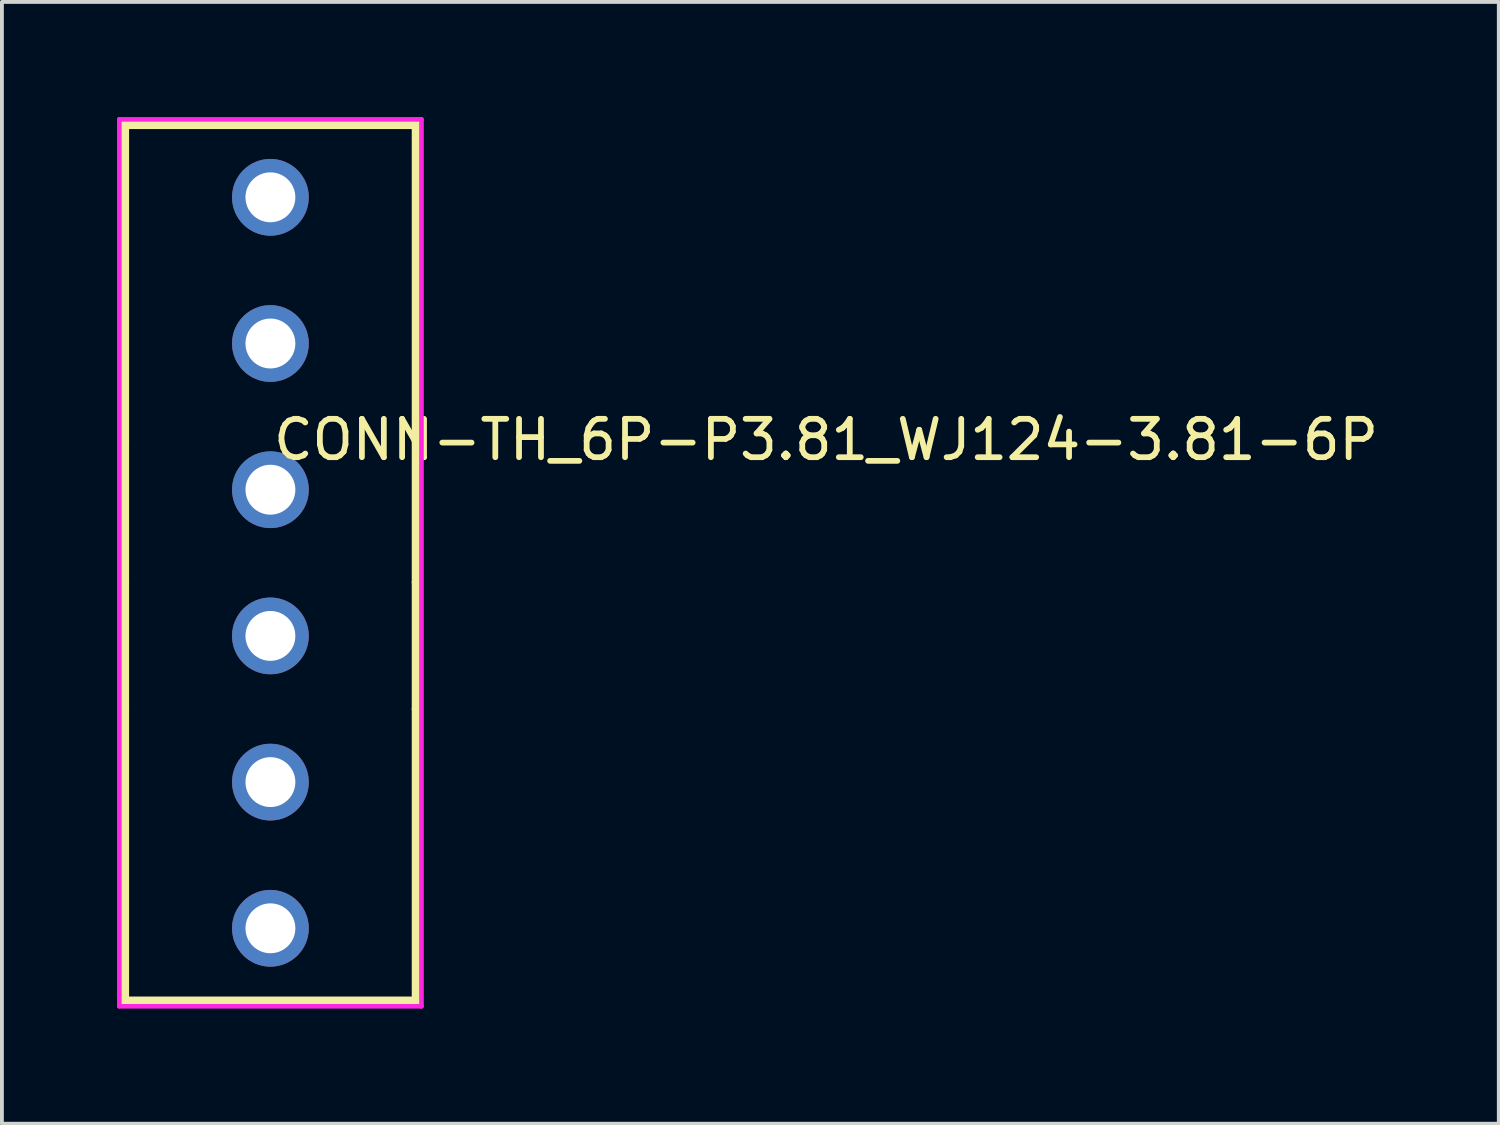
<source format=kicad_pcb>
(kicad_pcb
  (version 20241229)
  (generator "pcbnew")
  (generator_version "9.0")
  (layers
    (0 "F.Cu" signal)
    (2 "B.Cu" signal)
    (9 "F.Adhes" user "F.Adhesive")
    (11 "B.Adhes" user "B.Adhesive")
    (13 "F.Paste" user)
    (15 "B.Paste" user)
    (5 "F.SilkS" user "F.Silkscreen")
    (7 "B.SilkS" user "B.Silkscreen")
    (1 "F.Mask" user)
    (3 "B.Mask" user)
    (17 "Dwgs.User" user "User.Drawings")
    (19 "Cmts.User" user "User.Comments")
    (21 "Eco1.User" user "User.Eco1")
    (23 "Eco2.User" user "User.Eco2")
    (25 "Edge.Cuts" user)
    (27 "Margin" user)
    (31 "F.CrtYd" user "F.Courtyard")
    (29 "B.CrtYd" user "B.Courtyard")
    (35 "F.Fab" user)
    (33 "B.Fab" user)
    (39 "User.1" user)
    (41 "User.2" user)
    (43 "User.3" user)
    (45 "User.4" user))
  (footprint "CONN-TH_6P-P3.81_WJ124-3.81-6P"
    (layer "F.Cu")
    (at 3.997 11.617)
    (property "Reference" "CONN-TH_6P-P3.81_WJ124-3.81-6P" (at 0 -3.207 0) (layer "F.SilkS") (effects (font (size 1 1) (thickness 0.15)) (justify left)))
    (attr through_hole)
    (fp_line (start -3.81 -11.43) (end 3.81 -11.43) (stroke (width 0.254) (type solid)) (layer "F.SilkS"))
    (fp_line (start -3.81 -3.175) (end -3.81 -11.43) (stroke (width 0.254) (type solid)) (layer "F.SilkS"))
    (fp_line (start -3.81 0.508) (end -3.81 -3.175) (stroke (width 0.254) (type solid)) (layer "F.SilkS"))
    (fp_line (start -3.81 3.81) (end -3.81 0.508) (stroke (width 0.254) (type solid)) (layer "F.SilkS"))
    (fp_line (start -3.81 11.43) (end -3.81 3.81) (stroke (width 0.254) (type solid)) (layer "F.SilkS"))
    (fp_line (start 3.81 -11.43) (end 3.81 -3.175) (stroke (width 0.254) (type solid)) (layer "F.SilkS"))
    (fp_line (start 3.81 -3.175) (end 3.81 0.508) (stroke (width 0.254) (type solid)) (layer "F.SilkS"))
    (fp_line (start 3.81 0.508) (end 3.81 3.81) (stroke (width 0.254) (type solid)) (layer "F.SilkS"))
    (fp_line (start 3.81 3.81) (end 3.81 11.43) (stroke (width 0.254) (type solid)) (layer "F.SilkS"))
    (fp_line (start 3.81 11.43) (end -3.81 11.43) (stroke (width 0.254) (type solid)) (layer "F.SilkS"))
    (fp_circle (center -3.937 -11.557) (end -3.907 -11.557) (stroke (width 0.06) (type solid)) (fill no) (layer "Eco2.User"))
    (fp_circle (center 0 -9.525) (end 0.275 -9.525) (stroke (width 0.55) (type solid)) (fill no) (layer "Eco2.User"))
    (fp_circle (center 0 -5.715) (end 0.275 -5.715) (stroke (width 0.55) (type solid)) (fill no) (layer "Eco2.User"))
    (fp_circle (center 0 -1.905) (end 0.275 -1.905) (stroke (width 0.55) (type solid)) (fill no) (layer "Eco2.User"))
    (fp_circle (center 0 1.905) (end 0.275 1.905) (stroke (width 0.55) (type solid)) (fill no) (layer "Eco2.User"))
    (fp_circle (center 0 5.715) (end 0.275 5.715) (stroke (width 0.55) (type solid)) (fill no) (layer "Eco2.User"))
    (fp_circle (center 0 9.525) (end 0.275 9.525) (stroke (width 0.55) (type solid)) (fill no) (layer "Eco2.User"))
    (fp_line (start -3.937 -11.557) (end 3.937 -11.557) (stroke (width 0.12) (type solid)) (layer "F.CrtYd"))
    (fp_line (start -3.937 11.557) (end -3.937 -11.557) (stroke (width 0.12) (type solid)) (layer "F.CrtYd"))
    (fp_line (start 3.937 -11.557) (end 3.937 11.557) (stroke (width 0.12) (type solid)) (layer "F.CrtYd"))
    (fp_line (start 3.937 11.557) (end -3.937 11.557) (stroke (width 0.12) (type solid)) (layer "F.CrtYd"))
    (pad "1" thru_hole circle (at 0 -9.525 270) (size 2 2) (drill 1.3) (layers "*.Cu" "*.Mask"))
    (pad "2" thru_hole circle (at 0 -5.715 270) (size 2 2) (drill 1.3) (layers "*.Cu" "*.Mask"))
    (pad "3" thru_hole circle (at 0 -1.905 270) (size 2 2) (drill 1.3) (layers "*.Cu" "*.Mask"))
    (pad "4" thru_hole circle (at 0 1.905 270) (size 2 2) (drill 1.3) (layers "*.Cu" "*.Mask"))
    (pad "5" thru_hole circle (at 0 5.715 270) (size 2 2) (drill 1.3) (layers "*.Cu" "*.Mask"))
    (pad "6" thru_hole circle (at 0 9.525 270) (size 2 2) (drill 1.3) (layers "*.Cu" "*.Mask")))
  (gr_rect
    (start -3 -3)
    (end 36.009 26.234)
    (stroke (width 0.1) (type default))
    (fill no)
    (layer "Edge.Cuts")))
</source>
